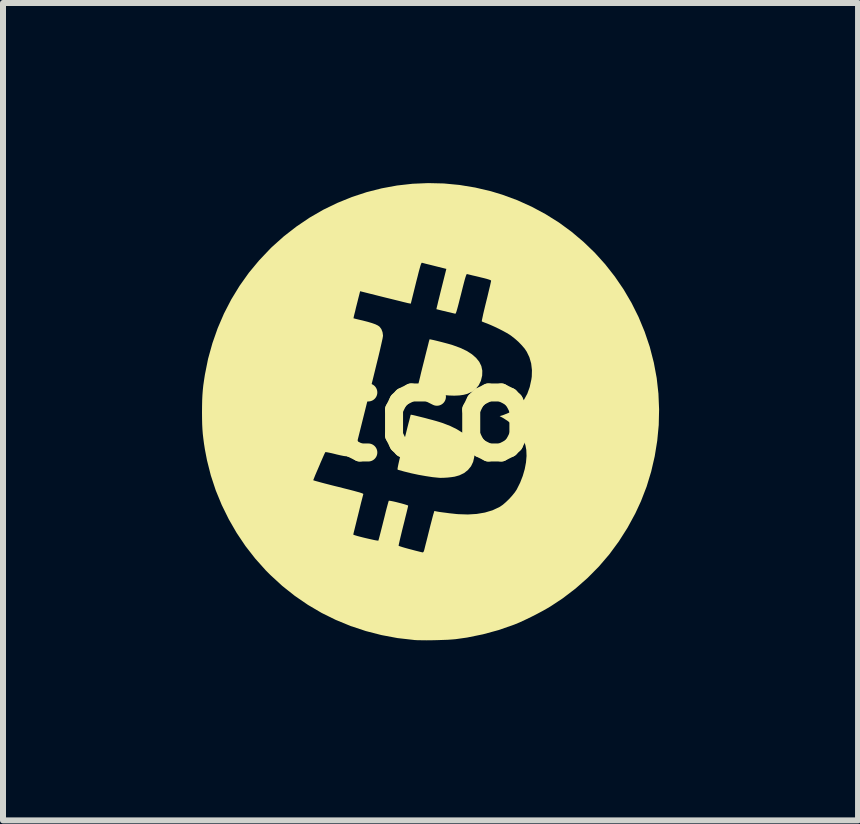
<source format=kicad_pcb>
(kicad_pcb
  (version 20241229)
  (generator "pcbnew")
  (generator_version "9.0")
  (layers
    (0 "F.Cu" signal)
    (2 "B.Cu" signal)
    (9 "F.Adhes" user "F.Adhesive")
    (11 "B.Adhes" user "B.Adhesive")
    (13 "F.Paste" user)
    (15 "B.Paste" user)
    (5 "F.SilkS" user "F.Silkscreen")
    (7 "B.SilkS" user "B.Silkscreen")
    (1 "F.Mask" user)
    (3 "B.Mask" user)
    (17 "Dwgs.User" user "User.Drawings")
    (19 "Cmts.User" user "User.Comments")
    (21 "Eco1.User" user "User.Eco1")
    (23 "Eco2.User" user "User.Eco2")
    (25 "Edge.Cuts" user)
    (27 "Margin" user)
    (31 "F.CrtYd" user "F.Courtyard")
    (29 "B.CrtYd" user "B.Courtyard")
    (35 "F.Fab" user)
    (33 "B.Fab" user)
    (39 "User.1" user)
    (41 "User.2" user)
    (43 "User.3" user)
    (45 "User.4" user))
  (footprint "bitcoin"
    (layer "F.Cu")
    (at 4.121 3.809)
    (property "Reference" "bitcoin" (at 0 0 0) (layer "F.SilkS") (effects (font (size 1.5 1.5) (thickness 0.3))))
    (attr board_only exclude_from_pos_files exclude_from_bom)
    (fp_poly (pts (xy -0.006 -1.206) (xy 0.02 -1.201) (xy 0.057 -1.193) (xy 0.103 -1.182) (xy 0.155 -1.169) (xy 0.209 -1.155) (xy 0.262 -1.141) (xy 0.31 -1.128) (xy 0.352 -1.116) (xy 0.373 -1.109) (xy 0.496 -1.064) (xy 0.602 -1.014) (xy 0.69 -0.958) (xy 0.76 -0.897) (xy 0.813 -0.831) (xy 0.847 -0.761) (xy 0.863 -0.685) (xy 0.861 -0.605) (xy 0.86 -0.6) (xy 0.839 -0.514) (xy 0.803 -0.441) (xy 0.754 -0.381) (xy 0.69 -0.333) (xy 0.613 -0.298) (xy 0.551 -0.282) (xy 0.48 -0.272) (xy 0.397 -0.268) (xy 0.308 -0.271) (xy 0.219 -0.279) (xy 0.205 -0.281) (xy 0.156 -0.29) (xy 0.101 -0.3) (xy 0.042 -0.313) (xy -0.017 -0.327) (xy -0.074 -0.341) (xy -0.125 -0.354) (xy -0.168 -0.367) (xy -0.199 -0.377) (xy -0.217 -0.385) (xy -0.219 -0.388) (xy -0.217 -0.399) (xy -0.211 -0.426) (xy -0.201 -0.467) (xy -0.188 -0.519) (xy -0.173 -0.58) (xy -0.157 -0.649) (xy -0.139 -0.722) (xy -0.12 -0.797) (xy -0.101 -0.872) (xy -0.083 -0.945) (xy -0.066 -1.013) (xy -0.05 -1.075) (xy -0.037 -1.127) (xy -0.027 -1.168) (xy -0.019 -1.195) (xy -0.016 -1.207) (xy -0.016 -1.207)) (stroke (width 0) (type solid)) (fill yes) (layer "F.SilkS"))
    (fp_poly (pts (xy -0.319 0.05) (xy -0.292 0.055) (xy -0.253 0.064) (xy -0.205 0.076) (xy -0.148 0.09) (xy -0.088 0.105) (xy -0.026 0.122) (xy 0.035 0.138) (xy 0.093 0.154) (xy 0.143 0.169) (xy 0.184 0.182) (xy 0.208 0.19) (xy 0.331 0.238) (xy 0.435 0.289) (xy 0.523 0.343) (xy 0.596 0.402) (xy 0.628 0.434) (xy 0.678 0.498) (xy 0.711 0.561) (xy 0.728 0.63) (xy 0.732 0.662) (xy 0.729 0.753) (xy 0.71 0.835) (xy 0.675 0.908) (xy 0.624 0.97) (xy 0.56 1.021) (xy 0.481 1.059) (xy 0.403 1.081) (xy 0.349 1.089) (xy 0.285 1.096) (xy 0.22 1.1) (xy 0.162 1.101) (xy 0.133 1.099) (xy 0.034 1.089) (xy -0.077 1.072) (xy -0.197 1.051) (xy -0.319 1.025) (xy -0.44 0.995) (xy -0.544 0.966) (xy -0.547 0.963) (xy -0.549 0.956) (xy -0.548 0.942) (xy -0.544 0.92) (xy -0.538 0.889) (xy -0.529 0.848) (xy -0.517 0.795) (xy -0.501 0.728) (xy -0.481 0.646) (xy -0.456 0.547) (xy -0.446 0.507) (xy -0.423 0.417) (xy -0.402 0.333) (xy -0.383 0.257) (xy -0.366 0.19) (xy -0.351 0.134) (xy -0.34 0.09) (xy -0.333 0.062) (xy -0.329 0.05) (xy -0.329 0.05)) (stroke (width 0) (type solid)) (fill yes) (layer "F.SilkS"))
    (fp_poly (pts (xy 0.222 -3.803) (xy 0.484 -3.778) (xy 0.745 -3.735) (xy 1.005 -3.674) (xy 1.196 -3.616) (xy 1.446 -3.524) (xy 1.687 -3.415) (xy 1.918 -3.291) (xy 2.14 -3.152) (xy 2.35 -2.998) (xy 2.549 -2.83) (xy 2.736 -2.65) (xy 2.91 -2.457) (xy 3.07 -2.253) (xy 3.217 -2.038) (xy 3.349 -1.813) (xy 3.466 -1.578) (xy 3.567 -1.334) (xy 3.652 -1.083) (xy 3.719 -0.823) (xy 3.72 -0.819) (xy 3.768 -0.562) (xy 3.797 -0.302) (xy 3.808 -0.04) (xy 3.802 0.222) (xy 3.777 0.483) (xy 3.735 0.742) (xy 3.676 0.997) (xy 3.6 1.247) (xy 3.506 1.49) (xy 3.413 1.691) (xy 3.282 1.932) (xy 3.137 2.16) (xy 2.978 2.376) (xy 2.805 2.578) (xy 2.617 2.768) (xy 2.416 2.945) (xy 2.201 3.109) (xy 2.015 3.232) (xy 1.946 3.274) (xy 1.864 3.32) (xy 1.774 3.368) (xy 1.68 3.416) (xy 1.587 3.461) (xy 1.499 3.502) (xy 1.421 3.535) (xy 1.391 3.547) (xy 1.136 3.636) (xy 0.875 3.707) (xy 0.61 3.761) (xy 0.419 3.788) (xy 0.36 3.793) (xy 0.287 3.798) (xy 0.204 3.801) (xy 0.116 3.804) (xy 0.025 3.806) (xy -0.063 3.807) (xy -0.145 3.806) (xy -0.217 3.805) (xy -0.273 3.802) (xy -0.276 3.801) (xy -0.549 3.77) (xy -0.816 3.72) (xy -1.077 3.653) (xy -1.33 3.569) (xy -1.576 3.468) (xy -1.813 3.351) (xy -2.041 3.217) (xy -2.26 3.067) (xy -2.468 2.902) (xy -2.665 2.721) (xy -2.744 2.642) (xy -2.92 2.445) (xy -3.082 2.237) (xy -3.229 2.018) (xy -3.361 1.789) (xy -3.477 1.553) (xy -3.577 1.31) (xy -3.633 1.14) (xy -1.953 1.14) (xy -1.944 1.144) (xy -1.918 1.152) (xy -1.878 1.163) (xy -1.824 1.178) (xy -1.76 1.195) (xy -1.686 1.214) (xy -1.604 1.235) (xy -1.534 1.252) (xy -1.432 1.278) (xy -1.348 1.299) (xy -1.279 1.317) (xy -1.225 1.332) (xy -1.184 1.343) (xy -1.154 1.353) (xy -1.134 1.36) (xy -1.123 1.366) (xy -1.119 1.37) (xy -1.119 1.372) (xy -1.123 1.387) (xy -1.131 1.418) (xy -1.142 1.461) (xy -1.156 1.514) (xy -1.171 1.575) (xy -1.187 1.641) (xy -1.204 1.71) (xy -1.221 1.778) (xy -1.237 1.844) (xy -1.252 1.904) (xy -1.265 1.957) (xy -1.276 2) (xy -1.283 2.03) (xy -1.286 2.045) (xy -1.286 2.046) (xy -1.277 2.051) (xy -1.253 2.059) (xy -1.217 2.07) (xy -1.171 2.082) (xy -1.12 2.095) (xy -1.066 2.108) (xy -1.013 2.12) (xy -0.964 2.131) (xy -0.922 2.14) (xy -0.89 2.145) (xy -0.871 2.147) (xy -0.868 2.146) (xy -0.865 2.135) (xy -0.857 2.107) (xy -0.846 2.065) (xy -0.832 2.011) (xy -0.816 1.948) (xy -0.798 1.877) (xy -0.782 1.813) (xy -0.763 1.738) (xy -0.746 1.668) (xy -0.73 1.606) (xy -0.716 1.555) (xy -0.705 1.515) (xy -0.698 1.491) (xy -0.695 1.483) (xy -0.684 1.482) (xy -0.658 1.486) (xy -0.622 1.493) (xy -0.578 1.503) (xy -0.531 1.515) (xy -0.484 1.527) (xy -0.441 1.539) (xy -0.406 1.55) (xy -0.381 1.558) (xy -0.372 1.564) (xy -0.372 1.564) (xy -0.374 1.575) (xy -0.38 1.602) (xy -0.39 1.644) (xy -0.403 1.697) (xy -0.419 1.76) (xy -0.436 1.831) (xy -0.453 1.897) (xy -0.472 1.973) (xy -0.489 2.044) (xy -0.504 2.106) (xy -0.516 2.158) (xy -0.525 2.198) (xy -0.53 2.224) (xy -0.531 2.233) (xy -0.521 2.237) (xy -0.497 2.245) (xy -0.46 2.257) (xy -0.415 2.27) (xy -0.364 2.284) (xy -0.31 2.298) (xy -0.258 2.312) (xy -0.21 2.324) (xy -0.17 2.334) (xy -0.14 2.341) (xy -0.127 2.343) (xy -0.117 2.335) (xy -0.108 2.315) (xy -0.106 2.308) (xy -0.101 2.29) (xy -0.093 2.257) (xy -0.081 2.209) (xy -0.066 2.151) (xy -0.049 2.084) (xy -0.031 2.011) (xy -0.018 1.96) (xy 0.000235 1.887) (xy 0.018 1.819) (xy 0.033 1.761) (xy 0.046 1.713) (xy 0.057 1.677) (xy 0.063 1.657) (xy 0.066 1.652) (xy 0.08 1.656) (xy 0.109 1.662) (xy 0.151 1.669) (xy 0.202 1.676) (xy 0.258 1.683) (xy 0.317 1.691) (xy 0.375 1.697) (xy 0.428 1.703) (xy 0.466 1.706) (xy 0.623 1.711) (xy 0.77 1.702) (xy 0.906 1.679) (xy 1.031 1.642) (xy 1.143 1.59) (xy 1.16 1.58) (xy 1.205 1.549) (xy 1.256 1.505) (xy 1.309 1.454) (xy 1.359 1.399) (xy 1.403 1.345) (xy 1.436 1.296) (xy 1.438 1.292) (xy 1.493 1.182) (xy 1.537 1.069) (xy 1.57 0.955) (xy 1.591 0.843) (xy 1.6 0.736) (xy 1.596 0.636) (xy 1.583 0.565) (xy 1.558 0.482) (xy 1.525 0.41) (xy 1.481 0.34) (xy 1.458 0.311) (xy 1.411 0.259) (xy 1.353 0.206) (xy 1.288 0.155) (xy 1.223 0.112) (xy 1.201 0.099) (xy 1.152 0.073) (xy 1.219 0.052) (xy 1.322 0.01) (xy 1.414 -0.047) (xy 1.493 -0.118) (xy 1.559 -0.202) (xy 1.613 -0.301) (xy 1.653 -0.412) (xy 1.68 -0.537) (xy 1.687 -0.584) (xy 1.69 -0.695) (xy 1.677 -0.805) (xy 1.647 -0.909) (xy 1.603 -1) (xy 1.569 -1.051) (xy 1.521 -1.107) (xy 1.466 -1.164) (xy 1.406 -1.217) (xy 1.346 -1.264) (xy 1.322 -1.281) (xy 1.271 -1.312) (xy 1.209 -1.346) (xy 1.139 -1.382) (xy 1.068 -1.416) (xy 1.001 -1.446) (xy 0.943 -1.47) (xy 0.924 -1.477) (xy 0.892 -1.489) (xy 0.867 -1.499) (xy 0.855 -1.505) (xy 0.855 -1.505) (xy 0.855 -1.516) (xy 0.86 -1.542) (xy 0.869 -1.583) (xy 0.88 -1.636) (xy 0.895 -1.699) (xy 0.912 -1.77) (xy 0.929 -1.839) (xy 0.948 -1.915) (xy 0.965 -1.987) (xy 0.98 -2.05) (xy 0.993 -2.103) (xy 1.002 -2.145) (xy 1.008 -2.172) (xy 1.01 -2.182) (xy 1.006 -2.188) (xy 0.994 -2.195) (xy 0.971 -2.203) (xy 0.936 -2.214) (xy 0.886 -2.227) (xy 0.819 -2.243) (xy 0.817 -2.244) (xy 0.758 -2.258) (xy 0.705 -2.27) (xy 0.661 -2.281) (xy 0.628 -2.289) (xy 0.611 -2.293) (xy 0.609 -2.294) (xy 0.604 -2.292) (xy 0.598 -2.284) (xy 0.592 -2.268) (xy 0.583 -2.242) (xy 0.572 -2.205) (xy 0.559 -2.156) (xy 0.542 -2.091) (xy 0.522 -2.011) (xy 0.51 -1.963) (xy 0.487 -1.874) (xy 0.469 -1.802) (xy 0.454 -1.745) (xy 0.442 -1.702) (xy 0.433 -1.671) (xy 0.425 -1.65) (xy 0.419 -1.638) (xy 0.414 -1.633) (xy 0.411 -1.633) (xy 0.397 -1.637) (xy 0.367 -1.644) (xy 0.327 -1.654) (xy 0.278 -1.665) (xy 0.248 -1.673) (xy 0.198 -1.684) (xy 0.154 -1.695) (xy 0.122 -1.703) (xy 0.102 -1.708) (xy 0.098 -1.709) (xy 0.1 -1.718) (xy 0.106 -1.744) (xy 0.116 -1.784) (xy 0.128 -1.836) (xy 0.144 -1.899) (xy 0.161 -1.969) (xy 0.18 -2.045) (xy 0.264 -2.38) (xy 0.068 -2.429) (xy 0.009 -2.444) (xy -0.045 -2.457) (xy -0.089 -2.468) (xy -0.122 -2.477) (xy -0.141 -2.482) (xy -0.143 -2.482) (xy -0.148 -2.48) (xy -0.153 -2.471) (xy -0.161 -2.453) (xy -0.17 -2.424) (xy -0.181 -2.384) (xy -0.196 -2.33) (xy -0.213 -2.261) (xy -0.235 -2.176) (xy -0.243 -2.144) (xy -0.328 -1.801) (xy -0.361 -1.807) (xy -0.377 -1.81) (xy -0.409 -1.818) (xy -0.455 -1.829) (xy -0.514 -1.844) (xy -0.583 -1.861) (xy -0.659 -1.88) (xy -0.742 -1.9) (xy -0.782 -1.91) (xy -1.172 -2.008) (xy -1.181 -1.973) (xy -1.19 -1.937) (xy -1.202 -1.891) (xy -1.215 -1.838) (xy -1.229 -1.783) (xy -1.243 -1.728) (xy -1.255 -1.675) (xy -1.267 -1.629) (xy -1.276 -1.592) (xy -1.281 -1.567) (xy -1.283 -1.557) (xy -1.283 -1.557) (xy -1.274 -1.555) (xy -1.249 -1.548) (xy -1.212 -1.539) (xy -1.166 -1.528) (xy -1.134 -1.521) (xy -1.045 -1.498) (xy -0.974 -1.477) (xy -0.918 -1.457) (xy -0.877 -1.437) (xy -0.85 -1.418) (xy -0.819 -1.378) (xy -0.799 -1.326) (xy -0.791 -1.27) (xy -0.791 -1.269) (xy -0.793 -1.252) (xy -0.799 -1.218) (xy -0.81 -1.168) (xy -0.825 -1.101) (xy -0.844 -1.018) (xy -0.868 -0.917) (xy -0.897 -0.8) (xy -0.93 -0.665) (xy -0.968 -0.511) (xy -1.011 -0.34) (xy -1.026 -0.279) (xy -1.261 0.662) (xy -1.296 0.699) (xy -1.317 0.719) (xy -1.34 0.733) (xy -1.366 0.74) (xy -1.4 0.742) (xy -1.443 0.737) (xy -1.498 0.726) (xy -1.567 0.71) (xy -1.586 0.705) (xy -1.639 0.692) (xy -1.685 0.682) (xy -1.722 0.675) (xy -1.745 0.672) (xy -1.752 0.673) (xy -1.758 0.684) (xy -1.77 0.709) (xy -1.787 0.747) (xy -1.807 0.793) (xy -1.83 0.845) (xy -1.853 0.9) (xy -1.877 0.956) (xy -1.9 1.009) (xy -1.92 1.056) (xy -1.936 1.096) (xy -1.947 1.124) (xy -1.953 1.139) (xy -1.953 1.14) (xy -3.633 1.14) (xy -3.659 1.061) (xy -3.723 0.808) (xy -3.758 0.626) (xy -3.773 0.53) (xy -3.784 0.446) (xy -3.793 0.368) (xy -3.799 0.291) (xy -3.803 0.211) (xy -3.805 0.122) (xy -3.806 0.019) (xy -3.806 0.005) (xy -3.805 -0.103) (xy -3.803 -0.196) (xy -3.799 -0.279) (xy -3.793 -0.358) (xy -3.785 -0.436) (xy -3.773 -0.519) (xy -3.759 -0.611) (xy -3.758 -0.617) (xy -3.705 -0.882) (xy -3.633 -1.141) (xy -3.545 -1.392) (xy -3.44 -1.636) (xy -3.318 -1.872) (xy -3.18 -2.098) (xy -3.026 -2.315) (xy -2.856 -2.52) (xy -2.672 -2.714) (xy -2.642 -2.744) (xy -2.442 -2.923) (xy -2.232 -3.086) (xy -2.013 -3.234) (xy -1.786 -3.365) (xy -1.551 -3.479) (xy -1.31 -3.577) (xy -1.064 -3.658) (xy -0.812 -3.722) (xy -0.557 -3.769) (xy -0.299 -3.798) (xy -0.039 -3.809)) (stroke (width 0) (type solid)) (fill yes) (layer "F.SilkS")))
  (gr_rect
    (start -3 -3)
    (end 11.243 10.616)
    (stroke (width 0.1) (type default))
    (fill no)
    (layer "Edge.Cuts")))
</source>
